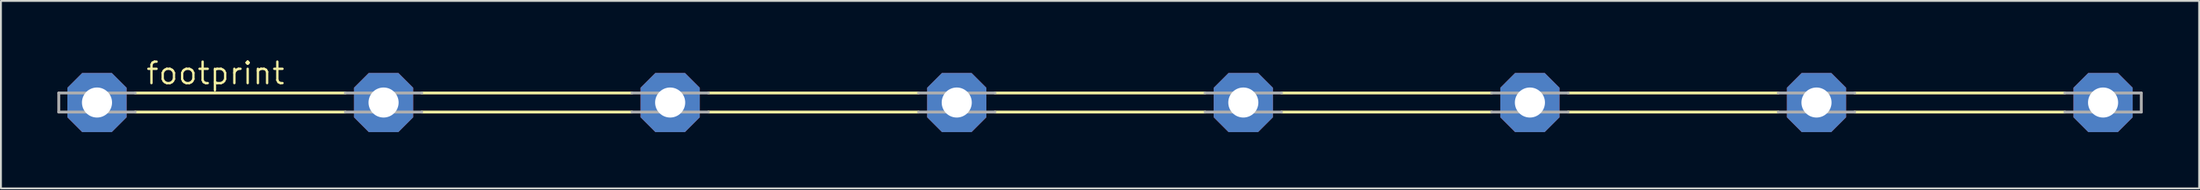
<source format=kicad_pcb>
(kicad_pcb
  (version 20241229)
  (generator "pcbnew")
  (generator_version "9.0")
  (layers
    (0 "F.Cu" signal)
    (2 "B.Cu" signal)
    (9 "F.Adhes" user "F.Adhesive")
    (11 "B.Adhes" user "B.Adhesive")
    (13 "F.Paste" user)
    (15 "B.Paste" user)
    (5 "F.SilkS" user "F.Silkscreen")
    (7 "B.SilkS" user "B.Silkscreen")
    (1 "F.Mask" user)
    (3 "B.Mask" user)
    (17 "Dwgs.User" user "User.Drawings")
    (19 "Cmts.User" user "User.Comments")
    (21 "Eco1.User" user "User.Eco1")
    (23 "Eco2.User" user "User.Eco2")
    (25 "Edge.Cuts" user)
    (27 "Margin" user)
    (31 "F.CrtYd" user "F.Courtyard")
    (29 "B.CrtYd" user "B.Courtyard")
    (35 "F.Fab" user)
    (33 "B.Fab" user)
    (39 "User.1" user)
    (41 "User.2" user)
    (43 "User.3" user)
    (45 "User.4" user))
  (footprint "footprint"
    (layer "F.Cu")
    (at 55.448 2.413)
    (property "Reference" "footprint" (at -50.8 -0.889 0) (layer "F.SilkS") (effects (font (size 1.143 1.143) (thickness 0.127)) (justify left bottom)))
    (fp_line (start -51.308 -0.508) (end -40.132 -0.508) (stroke (width 0.152) (type solid)) (layer "F.SilkS"))
    (fp_line (start -51.308 0.508) (end -40.132 0.508) (stroke (width 0.152) (type solid)) (layer "F.SilkS"))
    (fp_line (start -36.068 -0.508) (end -24.892 -0.508) (stroke (width 0.152) (type solid)) (layer "F.SilkS"))
    (fp_line (start -36.068 0.508) (end -24.892 0.508) (stroke (width 0.152) (type solid)) (layer "F.SilkS"))
    (fp_line (start -20.828 -0.508) (end -9.652 -0.508) (stroke (width 0.152) (type solid)) (layer "F.SilkS"))
    (fp_line (start -20.828 0.508) (end -9.652 0.508) (stroke (width 0.152) (type solid)) (layer "F.SilkS"))
    (fp_line (start -5.588 -0.508) (end 5.588 -0.508) (stroke (width 0.152) (type solid)) (layer "F.SilkS"))
    (fp_line (start -5.588 0.508) (end 5.588 0.508) (stroke (width 0.152) (type solid)) (layer "F.SilkS"))
    (fp_line (start 9.652 -0.508) (end 20.828 -0.508) (stroke (width 0.152) (type solid)) (layer "F.SilkS"))
    (fp_line (start 9.652 0.508) (end 20.828 0.508) (stroke (width 0.152) (type solid)) (layer "F.SilkS"))
    (fp_line (start 24.892 -0.508) (end 36.068 -0.508) (stroke (width 0.152) (type solid)) (layer "F.SilkS"))
    (fp_line (start 24.892 0.508) (end 36.068 0.508) (stroke (width 0.152) (type solid)) (layer "F.SilkS"))
    (fp_line (start 40.132 -0.508) (end 51.308 -0.508) (stroke (width 0.152) (type solid)) (layer "F.SilkS"))
    (fp_line (start 40.132 0.508) (end 51.308 0.508) (stroke (width 0.152) (type solid)) (layer "F.SilkS"))
    (fp_line (start -55.372 -0.508) (end -55.372 0.508) (stroke (width 0.152) (type solid)) (layer "F.Fab"))
    (fp_line (start -55.372 0.508) (end -51.308 0.508) (stroke (width 0.152) (type solid)) (layer "F.Fab"))
    (fp_line (start -51.308 -0.508) (end -55.372 -0.508) (stroke (width 0.152) (type solid)) (layer "F.Fab"))
    (fp_line (start -40.132 0.508) (end -36.068 0.508) (stroke (width 0.152) (type solid)) (layer "F.Fab"))
    (fp_line (start -36.068 -0.508) (end -40.132 -0.508) (stroke (width 0.152) (type solid)) (layer "F.Fab"))
    (fp_line (start -20.828 -0.508) (end -24.892 -0.508) (stroke (width 0.152) (type solid)) (layer "F.Fab"))
    (fp_line (start -20.828 0.508) (end -24.892 0.508) (stroke (width 0.152) (type solid)) (layer "F.Fab"))
    (fp_line (start -9.652 0.508) (end -5.588 0.508) (stroke (width 0.152) (type solid)) (layer "F.Fab"))
    (fp_line (start -5.588 -0.508) (end -9.652 -0.508) (stroke (width 0.152) (type solid)) (layer "F.Fab"))
    (fp_line (start 5.588 0.508) (end 9.652 0.508) (stroke (width 0.152) (type solid)) (layer "F.Fab"))
    (fp_line (start 9.652 -0.508) (end 5.588 -0.508) (stroke (width 0.152) (type solid)) (layer "F.Fab"))
    (fp_line (start 24.892 -0.508) (end 20.828 -0.508) (stroke (width 0.152) (type solid)) (layer "F.Fab"))
    (fp_line (start 24.892 0.508) (end 20.828 0.508) (stroke (width 0.152) (type solid)) (layer "F.Fab"))
    (fp_line (start 36.068 0.508) (end 40.132 0.508) (stroke (width 0.152) (type solid)) (layer "F.Fab"))
    (fp_line (start 40.132 -0.508) (end 36.068 -0.508) (stroke (width 0.152) (type solid)) (layer "F.Fab"))
    (fp_line (start 51.308 0.508) (end 55.372 0.508) (stroke (width 0.152) (type solid)) (layer "F.Fab"))
    (fp_line (start 55.372 -0.508) (end 51.308 -0.508) (stroke (width 0.152) (type solid)) (layer "F.Fab"))
    (fp_line (start 55.372 -0.508) (end 55.372 0.508) (stroke (width 0.152) (type solid)) (layer "F.Fab"))
    (pad "1" thru_hole roundrect (at -53.34 0) (size 3.15 3.15) (drill 1.6) (layers "*.Cu" "*.Mask") (roundrect_rratio 0.25) (chamfer_ratio 0.25) (chamfer top_left top_right bottom_left bottom_right))
    (pad "2" thru_hole roundrect (at -38.1 0) (size 3.15 3.15) (drill 1.6) (layers "*.Cu" "*.Mask") (roundrect_rratio 0.25) (chamfer_ratio 0.25) (chamfer top_left top_right bottom_left bottom_right))
    (pad "3" thru_hole roundrect (at -22.86 0) (size 3.15 3.15) (drill 1.6) (layers "*.Cu" "*.Mask") (roundrect_rratio 0.25) (chamfer_ratio 0.25) (chamfer top_left top_right bottom_left bottom_right))
    (pad "4" thru_hole roundrect (at -7.62 0) (size 3.15 3.15) (drill 1.6) (layers "*.Cu" "*.Mask") (roundrect_rratio 0.25) (chamfer_ratio 0.25) (chamfer top_left top_right bottom_left bottom_right))
    (pad "5" thru_hole roundrect (at 7.62 0) (size 3.15 3.15) (drill 1.6) (layers "*.Cu" "*.Mask") (roundrect_rratio 0.25) (chamfer_ratio 0.25) (chamfer top_left top_right bottom_left bottom_right))
    (pad "6" thru_hole roundrect (at 22.86 0) (size 3.15 3.15) (drill 1.6) (layers "*.Cu" "*.Mask") (roundrect_rratio 0.25) (chamfer_ratio 0.25) (chamfer top_left top_right bottom_left bottom_right))
    (pad "7" thru_hole roundrect (at 38.1 0) (size 3.15 3.15) (drill 1.6) (layers "*.Cu" "*.Mask") (roundrect_rratio 0.25) (chamfer_ratio 0.25) (chamfer top_left top_right bottom_left bottom_right))
    (pad "8" thru_hole roundrect (at 53.34 0) (size 3.15 3.15) (drill 1.6) (layers "*.Cu" "*.Mask") (roundrect_rratio 0.25) (chamfer_ratio 0.25) (chamfer top_left top_right bottom_left bottom_right)))
  (gr_rect
    (start -3 -3)
    (end 113.896 6.988)
    (stroke (width 0.1) (type default))
    (fill no)
    (layer "Edge.Cuts")))
</source>
